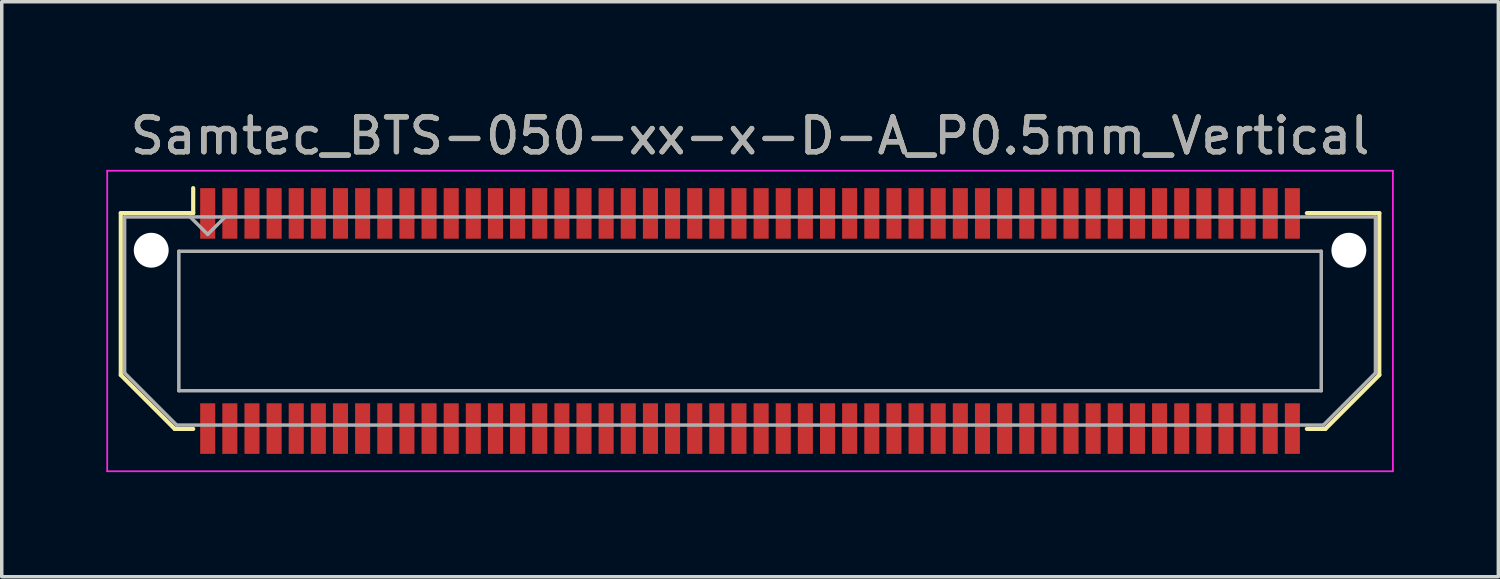
<source format=kicad_pcb>
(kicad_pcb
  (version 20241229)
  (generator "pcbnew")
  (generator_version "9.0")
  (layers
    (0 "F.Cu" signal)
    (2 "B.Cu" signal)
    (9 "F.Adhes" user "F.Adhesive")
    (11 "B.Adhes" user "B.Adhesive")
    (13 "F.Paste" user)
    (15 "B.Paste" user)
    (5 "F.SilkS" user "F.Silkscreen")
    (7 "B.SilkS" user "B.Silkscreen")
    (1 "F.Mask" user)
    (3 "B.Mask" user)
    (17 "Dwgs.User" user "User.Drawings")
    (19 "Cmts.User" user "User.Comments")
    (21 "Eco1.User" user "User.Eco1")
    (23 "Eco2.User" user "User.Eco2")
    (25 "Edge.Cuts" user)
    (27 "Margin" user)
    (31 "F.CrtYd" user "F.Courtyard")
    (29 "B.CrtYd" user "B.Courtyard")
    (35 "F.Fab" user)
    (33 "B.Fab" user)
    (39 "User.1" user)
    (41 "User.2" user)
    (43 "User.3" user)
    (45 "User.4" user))
  (footprint "Samtec_BTS-050-xx-x-D-A_P0.5mm_Vertical"
    (layer "F.Cu")
    (at 18.465 6.158)
    (property "Reference" "Samtec_BTS-050-xx-x-D-A_P0.5mm_Vertical" (at 0 -5.31 0) (layer "F.SilkS") (effects (font (size 1 1) (thickness 0.15))))
    (attr smd)
    (fp_line (start -18.05 -3.095) (end -18.05 1.548) (stroke (width 0.12) (type solid)) (layer "F.SilkS"))
    (fp_line (start -18.05 1.548) (end -16.503 3.095) (stroke (width 0.12) (type solid)) (layer "F.SilkS"))
    (fp_line (start -16.503 3.095) (end -15.973 3.095) (stroke (width 0.12) (type solid)) (layer "F.SilkS"))
    (fp_line (start -15.973 -3.811) (end -15.973 -3.095) (stroke (width 0.12) (type solid)) (layer "F.SilkS"))
    (fp_line (start -15.973 -3.095) (end -18.05 -3.095) (stroke (width 0.12) (type solid)) (layer "F.SilkS"))
    (fp_line (start 15.973 -3.095) (end 18.05 -3.095) (stroke (width 0.12) (type solid)) (layer "F.SilkS"))
    (fp_line (start 16.503 3.095) (end 15.973 3.095) (stroke (width 0.12) (type solid)) (layer "F.SilkS"))
    (fp_line (start 18.05 -3.095) (end 18.05 1.548) (stroke (width 0.12) (type solid)) (layer "F.SilkS"))
    (fp_line (start 18.05 1.548) (end 16.503 3.095) (stroke (width 0.12) (type solid)) (layer "F.SilkS"))
    (fp_line (start -18.44 -4.31) (end -18.44 4.31) (stroke (width 0.05) (type solid)) (layer "F.CrtYd"))
    (fp_line (start -18.44 4.31) (end 18.44 4.31) (stroke (width 0.05) (type solid)) (layer "F.CrtYd"))
    (fp_line (start 18.44 -4.31) (end -18.44 -4.31) (stroke (width 0.05) (type solid)) (layer "F.CrtYd"))
    (fp_line (start 18.44 4.31) (end 18.44 -4.31) (stroke (width 0.05) (type solid)) (layer "F.CrtYd"))
    (fp_line (start -17.94 -2.985) (end -17.94 1.492) (stroke (width 0.1) (type solid)) (layer "F.Fab"))
    (fp_line (start -17.94 -2.985) (end 17.94 -2.985) (stroke (width 0.1) (type solid)) (layer "F.Fab"))
    (fp_line (start -17.94 1.492) (end -16.448 2.985) (stroke (width 0.1) (type solid)) (layer "F.Fab"))
    (fp_line (start -16.448 2.985) (end 16.448 2.985) (stroke (width 0.1) (type solid)) (layer "F.Fab"))
    (fp_line (start -16.385 -2) (end -16.385 2) (stroke (width 0.1) (type solid)) (layer "F.Fab"))
    (fp_line (start -16.385 2) (end 16.385 2) (stroke (width 0.1) (type solid)) (layer "F.Fab"))
    (fp_line (start -15.557 -2.485) (end -16.058 -2.985) (stroke (width 0.1) (type solid)) (layer "F.Fab"))
    (fp_line (start -15.057 -2.985) (end -15.557 -2.485) (stroke (width 0.1) (type solid)) (layer "F.Fab"))
    (fp_line (start 16.385 -2) (end -16.385 -2) (stroke (width 0.1) (type solid)) (layer "F.Fab"))
    (fp_line (start 16.385 2) (end 16.385 -2) (stroke (width 0.1) (type solid)) (layer "F.Fab"))
    (fp_line (start 17.94 -2.985) (end 17.94 1.492) (stroke (width 0.1) (type solid)) (layer "F.Fab"))
    (fp_line (start 17.94 1.492) (end 16.448 2.985) (stroke (width 0.1) (type solid)) (layer "F.Fab"))
    (fp_text user "${REFERENCE}" (at 0 -5.31 0) (layer "F.Fab") (effects (font (size 1 1) (thickness 0.15))))
    (pad "" np_thru_hole circle (at -17.177 -2.03) (size 1 1) (drill 1) (layers "*.Cu" "*.Mask"))
    (pad "" np_thru_hole circle (at 17.177 -2.03) (size 1 1) (drill 1) (layers "*.Cu" "*.Mask"))
    (pad "1" smd rect (at -15.557 -3.086) (size 0.432 1.45) (layers "F.Cu" "F.Mask" "F.Paste"))
    (pad "2" smd rect (at -15.557 3.086) (size 0.432 1.45) (layers "F.Cu" "F.Mask" "F.Paste"))
    (pad "3" smd rect (at -14.922 -3.086) (size 0.432 1.45) (layers "F.Cu" "F.Mask" "F.Paste"))
    (pad "4" smd rect (at -14.922 3.086) (size 0.432 1.45) (layers "F.Cu" "F.Mask" "F.Paste"))
    (pad "5" smd rect (at -14.287 -3.086) (size 0.432 1.45) (layers "F.Cu" "F.Mask" "F.Paste"))
    (pad "6" smd rect (at -14.287 3.086) (size 0.432 1.45) (layers "F.Cu" "F.Mask" "F.Paste"))
    (pad "7" smd rect (at -13.652 -3.086) (size 0.432 1.45) (layers "F.Cu" "F.Mask" "F.Paste"))
    (pad "8" smd rect (at -13.652 3.086) (size 0.432 1.45) (layers "F.Cu" "F.Mask" "F.Paste"))
    (pad "9" smd rect (at -13.018 -3.086) (size 0.432 1.45) (layers "F.Cu" "F.Mask" "F.Paste"))
    (pad "10" smd rect (at -13.018 3.086) (size 0.432 1.45) (layers "F.Cu" "F.Mask" "F.Paste"))
    (pad "11" smd rect (at -12.383 -3.086) (size 0.432 1.45) (layers "F.Cu" "F.Mask" "F.Paste"))
    (pad "12" smd rect (at -12.383 3.086) (size 0.432 1.45) (layers "F.Cu" "F.Mask" "F.Paste"))
    (pad "13" smd rect (at -11.748 -3.086) (size 0.432 1.45) (layers "F.Cu" "F.Mask" "F.Paste"))
    (pad "14" smd rect (at -11.748 3.086) (size 0.432 1.45) (layers "F.Cu" "F.Mask" "F.Paste"))
    (pad "15" smd rect (at -11.113 -3.086) (size 0.432 1.45) (layers "F.Cu" "F.Mask" "F.Paste"))
    (pad "16" smd rect (at -11.113 3.086) (size 0.432 1.45) (layers "F.Cu" "F.Mask" "F.Paste"))
    (pad "17" smd rect (at -10.477 -3.086) (size 0.432 1.45) (layers "F.Cu" "F.Mask" "F.Paste"))
    (pad "18" smd rect (at -10.477 3.086) (size 0.432 1.45) (layers "F.Cu" "F.Mask" "F.Paste"))
    (pad "19" smd rect (at -9.842 -3.086) (size 0.432 1.45) (layers "F.Cu" "F.Mask" "F.Paste"))
    (pad "20" smd rect (at -9.842 3.086) (size 0.432 1.45) (layers "F.Cu" "F.Mask" "F.Paste"))
    (pad "21" smd rect (at -9.207 -3.086) (size 0.432 1.45) (layers "F.Cu" "F.Mask" "F.Paste"))
    (pad "22" smd rect (at -9.207 3.086) (size 0.432 1.45) (layers "F.Cu" "F.Mask" "F.Paste"))
    (pad "23" smd rect (at -8.572 -3.086) (size 0.432 1.45) (layers "F.Cu" "F.Mask" "F.Paste"))
    (pad "24" smd rect (at -8.572 3.086) (size 0.432 1.45) (layers "F.Cu" "F.Mask" "F.Paste"))
    (pad "25" smd rect (at -7.938 -3.086) (size 0.432 1.45) (layers "F.Cu" "F.Mask" "F.Paste"))
    (pad "26" smd rect (at -7.938 3.086) (size 0.432 1.45) (layers "F.Cu" "F.Mask" "F.Paste"))
    (pad "27" smd rect (at -7.303 -3.086) (size 0.432 1.45) (layers "F.Cu" "F.Mask" "F.Paste"))
    (pad "28" smd rect (at -7.303 3.086) (size 0.432 1.45) (layers "F.Cu" "F.Mask" "F.Paste"))
    (pad "29" smd rect (at -6.668 -3.086) (size 0.432 1.45) (layers "F.Cu" "F.Mask" "F.Paste"))
    (pad "30" smd rect (at -6.668 3.086) (size 0.432 1.45) (layers "F.Cu" "F.Mask" "F.Paste"))
    (pad "31" smd rect (at -6.032 -3.086) (size 0.432 1.45) (layers "F.Cu" "F.Mask" "F.Paste"))
    (pad "32" smd rect (at -6.032 3.086) (size 0.432 1.45) (layers "F.Cu" "F.Mask" "F.Paste"))
    (pad "33" smd rect (at -5.397 -3.086) (size 0.432 1.45) (layers "F.Cu" "F.Mask" "F.Paste"))
    (pad "34" smd rect (at -5.397 3.086) (size 0.432 1.45) (layers "F.Cu" "F.Mask" "F.Paste"))
    (pad "35" smd rect (at -4.763 -3.086) (size 0.432 1.45) (layers "F.Cu" "F.Mask" "F.Paste"))
    (pad "36" smd rect (at -4.763 3.086) (size 0.432 1.45) (layers "F.Cu" "F.Mask" "F.Paste"))
    (pad "37" smd rect (at -4.128 -3.086) (size 0.432 1.45) (layers "F.Cu" "F.Mask" "F.Paste"))
    (pad "38" smd rect (at -4.128 3.086) (size 0.432 1.45) (layers "F.Cu" "F.Mask" "F.Paste"))
    (pad "39" smd rect (at -3.493 -3.086) (size 0.432 1.45) (layers "F.Cu" "F.Mask" "F.Paste"))
    (pad "40" smd rect (at -3.493 3.086) (size 0.432 1.45) (layers "F.Cu" "F.Mask" "F.Paste"))
    (pad "41" smd rect (at -2.857 -3.086) (size 0.432 1.45) (layers "F.Cu" "F.Mask" "F.Paste"))
    (pad "42" smd rect (at -2.857 3.086) (size 0.432 1.45) (layers "F.Cu" "F.Mask" "F.Paste"))
    (pad "43" smd rect (at -2.223 -3.086) (size 0.432 1.45) (layers "F.Cu" "F.Mask" "F.Paste"))
    (pad "44" smd rect (at -2.223 3.086) (size 0.432 1.45) (layers "F.Cu" "F.Mask" "F.Paste"))
    (pad "45" smd rect (at -1.587 -3.086) (size 0.432 1.45) (layers "F.Cu" "F.Mask" "F.Paste"))
    (pad "46" smd rect (at -1.587 3.086) (size 0.432 1.45) (layers "F.Cu" "F.Mask" "F.Paste"))
    (pad "47" smd rect (at -0.953 -3.086) (size 0.432 1.45) (layers "F.Cu" "F.Mask" "F.Paste"))
    (pad "48" smd rect (at -0.953 3.086) (size 0.432 1.45) (layers "F.Cu" "F.Mask" "F.Paste"))
    (pad "49" smd rect (at -0.318 -3.086) (size 0.432 1.45) (layers "F.Cu" "F.Mask" "F.Paste"))
    (pad "50" smd rect (at -0.318 3.086) (size 0.432 1.45) (layers "F.Cu" "F.Mask" "F.Paste"))
    (pad "51" smd rect (at 0.318 -3.086) (size 0.432 1.45) (layers "F.Cu" "F.Mask" "F.Paste"))
    (pad "52" smd rect (at 0.318 3.086) (size 0.432 1.45) (layers "F.Cu" "F.Mask" "F.Paste"))
    (pad "53" smd rect (at 0.953 -3.086) (size 0.432 1.45) (layers "F.Cu" "F.Mask" "F.Paste"))
    (pad "54" smd rect (at 0.953 3.086) (size 0.432 1.45) (layers "F.Cu" "F.Mask" "F.Paste"))
    (pad "55" smd rect (at 1.587 -3.086) (size 0.432 1.45) (layers "F.Cu" "F.Mask" "F.Paste"))
    (pad "56" smd rect (at 1.587 3.086) (size 0.432 1.45) (layers "F.Cu" "F.Mask" "F.Paste"))
    (pad "57" smd rect (at 2.223 -3.086) (size 0.432 1.45) (layers "F.Cu" "F.Mask" "F.Paste"))
    (pad "58" smd rect (at 2.223 3.086) (size 0.432 1.45) (layers "F.Cu" "F.Mask" "F.Paste"))
    (pad "59" smd rect (at 2.857 -3.086) (size 0.432 1.45) (layers "F.Cu" "F.Mask" "F.Paste"))
    (pad "60" smd rect (at 2.857 3.086) (size 0.432 1.45) (layers "F.Cu" "F.Mask" "F.Paste"))
    (pad "61" smd rect (at 3.493 -3.086) (size 0.432 1.45) (layers "F.Cu" "F.Mask" "F.Paste"))
    (pad "62" smd rect (at 3.493 3.086) (size 0.432 1.45) (layers "F.Cu" "F.Mask" "F.Paste"))
    (pad "63" smd rect (at 4.128 -3.086) (size 0.432 1.45) (layers "F.Cu" "F.Mask" "F.Paste"))
    (pad "64" smd rect (at 4.128 3.086) (size 0.432 1.45) (layers "F.Cu" "F.Mask" "F.Paste"))
    (pad "65" smd rect (at 4.763 -3.086) (size 0.432 1.45) (layers "F.Cu" "F.Mask" "F.Paste"))
    (pad "66" smd rect (at 4.763 3.086) (size 0.432 1.45) (layers "F.Cu" "F.Mask" "F.Paste"))
    (pad "67" smd rect (at 5.397 -3.086) (size 0.432 1.45) (layers "F.Cu" "F.Mask" "F.Paste"))
    (pad "68" smd rect (at 5.397 3.086) (size 0.432 1.45) (layers "F.Cu" "F.Mask" "F.Paste"))
    (pad "69" smd rect (at 6.032 -3.086) (size 0.432 1.45) (layers "F.Cu" "F.Mask" "F.Paste"))
    (pad "70" smd rect (at 6.032 3.086) (size 0.432 1.45) (layers "F.Cu" "F.Mask" "F.Paste"))
    (pad "71" smd rect (at 6.668 -3.086) (size 0.432 1.45) (layers "F.Cu" "F.Mask" "F.Paste"))
    (pad "72" smd rect (at 6.668 3.086) (size 0.432 1.45) (layers "F.Cu" "F.Mask" "F.Paste"))
    (pad "73" smd rect (at 7.303 -3.086) (size 0.432 1.45) (layers "F.Cu" "F.Mask" "F.Paste"))
    (pad "74" smd rect (at 7.303 3.086) (size 0.432 1.45) (layers "F.Cu" "F.Mask" "F.Paste"))
    (pad "75" smd rect (at 7.938 -3.086) (size 0.432 1.45) (layers "F.Cu" "F.Mask" "F.Paste"))
    (pad "76" smd rect (at 7.938 3.086) (size 0.432 1.45) (layers "F.Cu" "F.Mask" "F.Paste"))
    (pad "77" smd rect (at 8.572 -3.086) (size 0.432 1.45) (layers "F.Cu" "F.Mask" "F.Paste"))
    (pad "78" smd rect (at 8.572 3.086) (size 0.432 1.45) (layers "F.Cu" "F.Mask" "F.Paste"))
    (pad "79" smd rect (at 9.207 -3.086) (size 0.432 1.45) (layers "F.Cu" "F.Mask" "F.Paste"))
    (pad "80" smd rect (at 9.207 3.086) (size 0.432 1.45) (layers "F.Cu" "F.Mask" "F.Paste"))
    (pad "81" smd rect (at 9.842 -3.086) (size 0.432 1.45) (layers "F.Cu" "F.Mask" "F.Paste"))
    (pad "82" smd rect (at 9.842 3.086) (size 0.432 1.45) (layers "F.Cu" "F.Mask" "F.Paste"))
    (pad "83" smd rect (at 10.477 -3.086) (size 0.432 1.45) (layers "F.Cu" "F.Mask" "F.Paste"))
    (pad "84" smd rect (at 10.477 3.086) (size 0.432 1.45) (layers "F.Cu" "F.Mask" "F.Paste"))
    (pad "85" smd rect (at 11.113 -3.086) (size 0.432 1.45) (layers "F.Cu" "F.Mask" "F.Paste"))
    (pad "86" smd rect (at 11.113 3.086) (size 0.432 1.45) (layers "F.Cu" "F.Mask" "F.Paste"))
    (pad "87" smd rect (at 11.748 -3.086) (size 0.432 1.45) (layers "F.Cu" "F.Mask" "F.Paste"))
    (pad "88" smd rect (at 11.748 3.086) (size 0.432 1.45) (layers "F.Cu" "F.Mask" "F.Paste"))
    (pad "89" smd rect (at 12.383 -3.086) (size 0.432 1.45) (layers "F.Cu" "F.Mask" "F.Paste"))
    (pad "90" smd rect (at 12.383 3.086) (size 0.432 1.45) (layers "F.Cu" "F.Mask" "F.Paste"))
    (pad "91" smd rect (at 13.018 -3.086) (size 0.432 1.45) (layers "F.Cu" "F.Mask" "F.Paste"))
    (pad "92" smd rect (at 13.018 3.086) (size 0.432 1.45) (layers "F.Cu" "F.Mask" "F.Paste"))
    (pad "93" smd rect (at 13.652 -3.086) (size 0.432 1.45) (layers "F.Cu" "F.Mask" "F.Paste"))
    (pad "94" smd rect (at 13.652 3.086) (size 0.432 1.45) (layers "F.Cu" "F.Mask" "F.Paste"))
    (pad "95" smd rect (at 14.287 -3.086) (size 0.432 1.45) (layers "F.Cu" "F.Mask" "F.Paste"))
    (pad "96" smd rect (at 14.287 3.086) (size 0.432 1.45) (layers "F.Cu" "F.Mask" "F.Paste"))
    (pad "97" smd rect (at 14.922 -3.086) (size 0.432 1.45) (layers "F.Cu" "F.Mask" "F.Paste"))
    (pad "98" smd rect (at 14.922 3.086) (size 0.432 1.45) (layers "F.Cu" "F.Mask" "F.Paste"))
    (pad "99" smd rect (at 15.557 -3.086) (size 0.432 1.45) (layers "F.Cu" "F.Mask" "F.Paste"))
    (pad "100" smd rect (at 15.557 3.086) (size 0.432 1.45) (layers "F.Cu" "F.Mask" "F.Paste")))
  (gr_rect
    (start -3 -3)
    (end 39.93 13.493)
    (stroke (width 0.1) (type default))
    (fill no)
    (layer "Edge.Cuts")))
</source>
